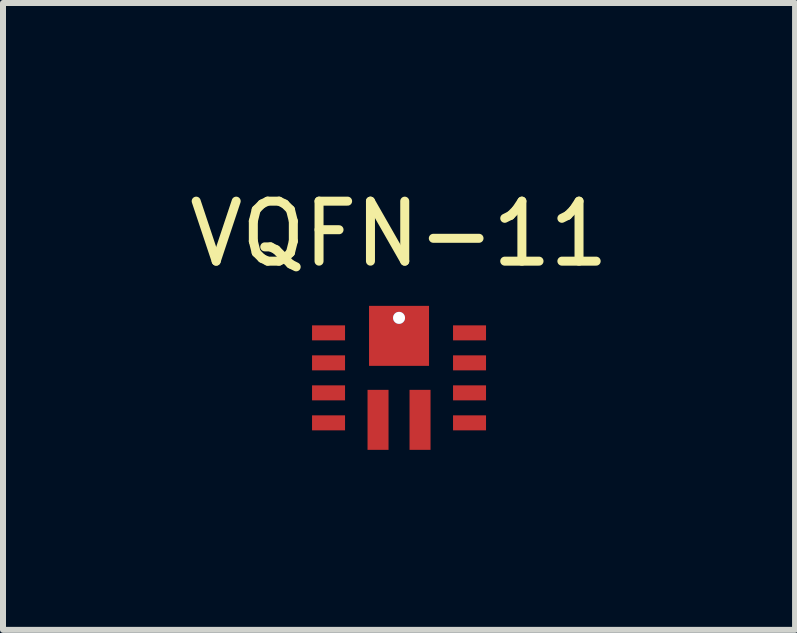
<source format=kicad_pcb>
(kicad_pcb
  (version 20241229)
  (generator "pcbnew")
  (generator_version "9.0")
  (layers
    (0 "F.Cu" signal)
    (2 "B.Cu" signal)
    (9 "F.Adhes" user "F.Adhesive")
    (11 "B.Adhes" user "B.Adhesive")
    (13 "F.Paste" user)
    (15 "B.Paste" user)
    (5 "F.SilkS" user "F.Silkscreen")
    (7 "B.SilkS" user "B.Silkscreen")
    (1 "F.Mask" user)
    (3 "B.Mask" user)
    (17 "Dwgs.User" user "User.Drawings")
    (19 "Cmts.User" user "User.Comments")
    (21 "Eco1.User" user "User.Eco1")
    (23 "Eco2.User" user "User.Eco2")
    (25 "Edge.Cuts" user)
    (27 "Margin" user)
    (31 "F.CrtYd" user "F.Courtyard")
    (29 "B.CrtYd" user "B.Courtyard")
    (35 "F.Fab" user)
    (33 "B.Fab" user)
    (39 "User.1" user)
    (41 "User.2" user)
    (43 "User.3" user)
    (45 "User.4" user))
  (footprint "VQFN-11"
    (layer "F.Cu")
    (at 3.601 3.248)
    (property "Reference" "VQFN-11" (at 0 -2.4 0) (layer "F.SilkS") (effects (font (size 1 1) (thickness 0.15))))
    (attr through_hole)
    (pad "1" smd rect (at -1.175 -0.75) (size 0.55 0.25) (layers "F.Cu" "F.Mask" "F.Paste"))
    (pad "2" smd rect (at -1.175 -0.25) (size 0.55 0.25) (layers "F.Cu" "F.Mask" "F.Paste"))
    (pad "3" smd rect (at -1.175 0.25) (size 0.55 0.25) (layers "F.Cu" "F.Mask" "F.Paste"))
    (pad "4" smd rect (at -1.175 0.75) (size 0.55 0.25) (layers "F.Cu" "F.Mask" "F.Paste"))
    (pad "5" smd rect (at -0.35 0.7) (size 0.35 1) (layers "F.Cu" "F.Mask" "F.Paste"))
    (pad "6" smd rect (at 0.35 0.7) (size 0.35 1) (layers "F.Cu" "F.Mask" "F.Paste"))
    (pad "7" smd rect (at 1.175 0.75) (size 0.55 0.25) (layers "F.Cu" "F.Mask" "F.Paste"))
    (pad "8" smd rect (at 1.175 0.25) (size 0.55 0.25) (layers "F.Cu" "F.Mask" "F.Paste"))
    (pad "9" smd rect (at 1.175 -0.25) (size 0.55 0.25) (layers "F.Cu" "F.Mask" "F.Paste"))
    (pad "10" smd rect (at 1.175 -0.75) (size 0.55 0.25) (layers "F.Cu" "F.Mask" "F.Paste"))
    (pad "11" thru_hole circle (at 0 -1) (size 0.2 0.2) (drill 0.2) (layers "*.Cu" "*.Mask"))
    (pad "11" smd rect (at 0 -0.7) (size 1 1) (layers "F.Cu" "F.Mask" "F.Paste")))
  (gr_rect
    (start -3 -3)
    (end 10.202 7.448)
    (stroke (width 0.1) (type default))
    (fill no)
    (layer "Edge.Cuts")))
</source>
